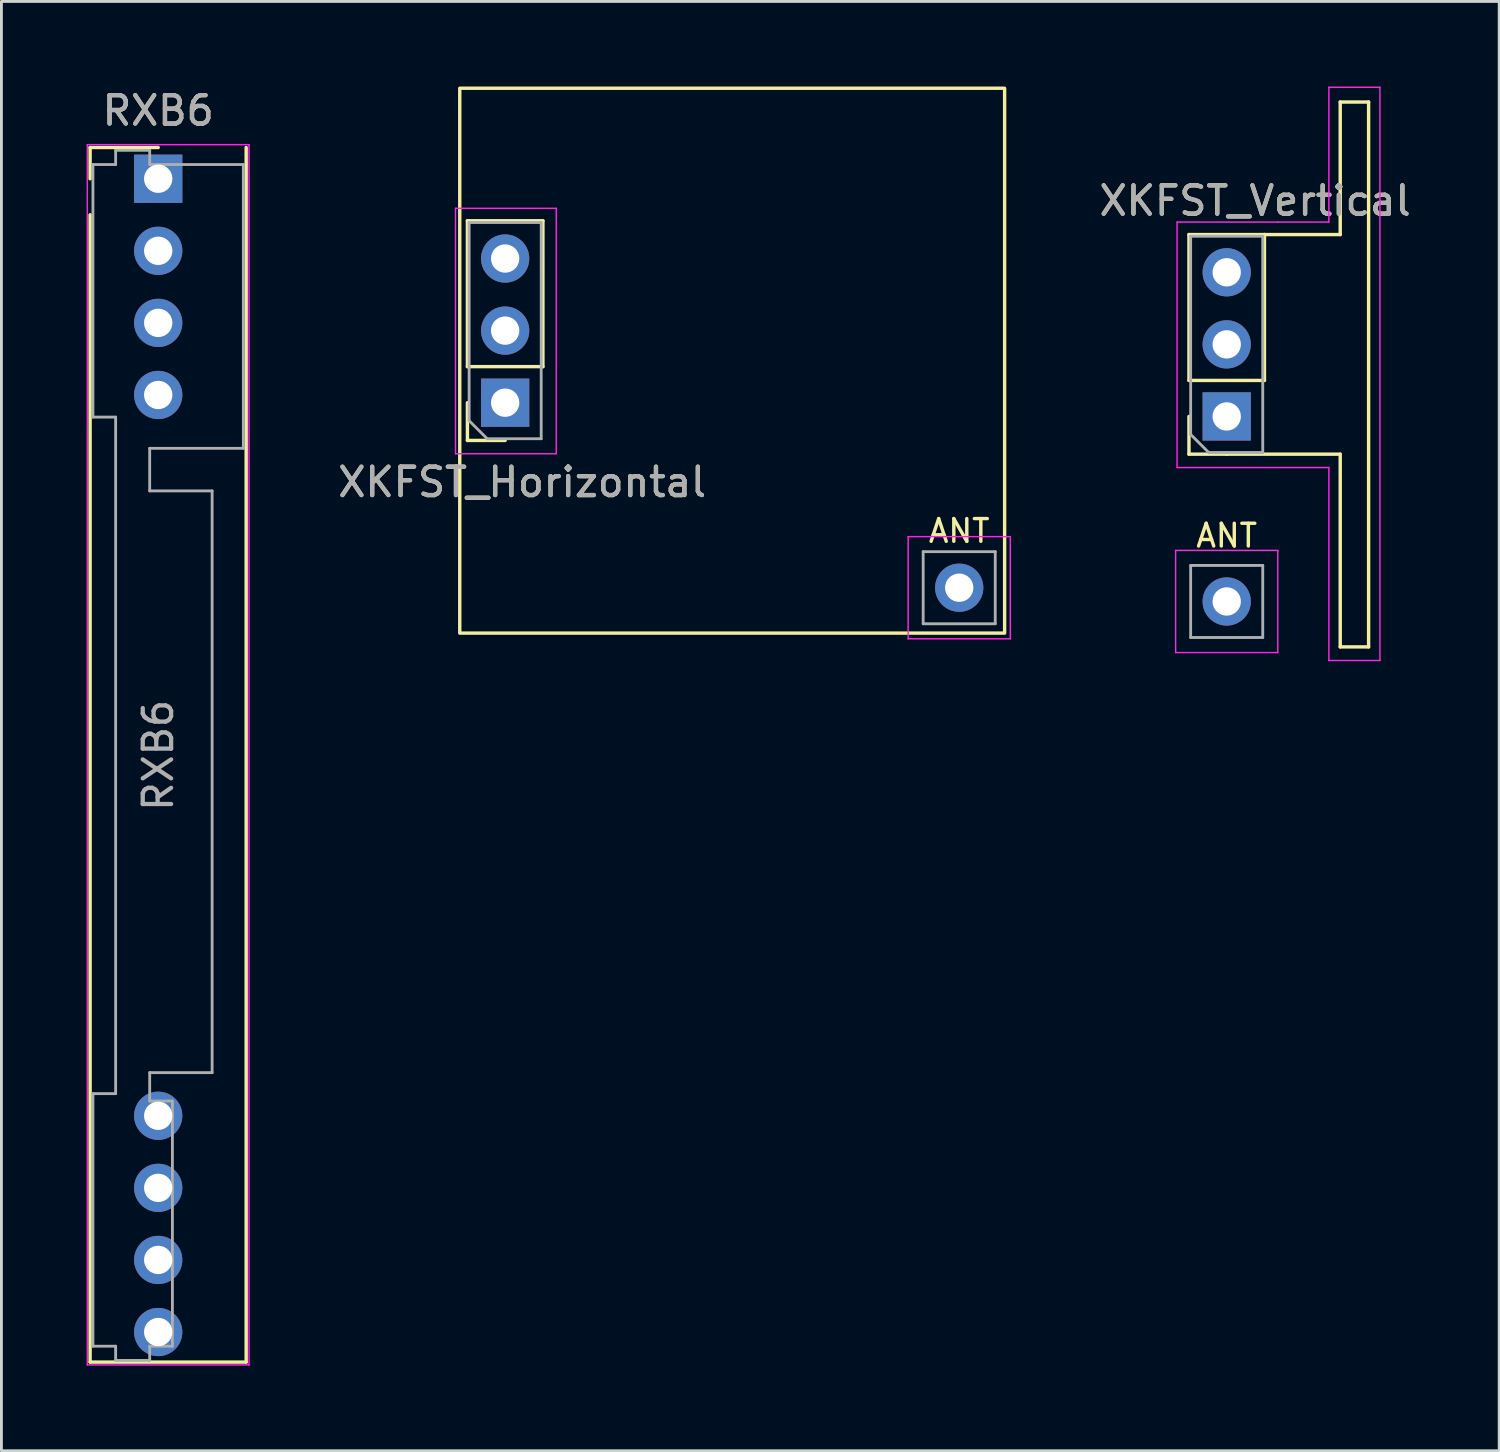
<source format=kicad_pcb>
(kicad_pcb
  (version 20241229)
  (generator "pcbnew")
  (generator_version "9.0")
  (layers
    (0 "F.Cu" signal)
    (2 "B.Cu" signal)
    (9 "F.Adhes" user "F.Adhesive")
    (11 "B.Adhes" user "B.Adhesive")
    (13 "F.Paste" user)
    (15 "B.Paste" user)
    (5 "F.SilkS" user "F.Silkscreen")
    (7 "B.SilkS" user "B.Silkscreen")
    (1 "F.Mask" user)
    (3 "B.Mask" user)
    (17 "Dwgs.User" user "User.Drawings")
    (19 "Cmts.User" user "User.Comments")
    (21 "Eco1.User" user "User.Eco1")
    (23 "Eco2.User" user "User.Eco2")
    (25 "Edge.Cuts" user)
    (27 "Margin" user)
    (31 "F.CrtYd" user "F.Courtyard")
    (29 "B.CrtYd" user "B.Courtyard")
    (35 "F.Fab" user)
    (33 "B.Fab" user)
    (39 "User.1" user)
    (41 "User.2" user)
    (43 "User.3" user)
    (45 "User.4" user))
  (footprint "RXB6"
    (layer "F.Cu")
    (at 2.525 3.248)
    (property "Reference" "RXB6" (at 0 -2.4 0) (unlocked yes) (layer "F.SilkS") (effects (font (size 1 1) (thickness 0.15))))
    (attr through_hole)
    (fp_line (start -2.4 -1.1) (end 0 -1.1) (stroke (width 0.12) (type solid)) (layer "F.SilkS"))
    (fp_line (start -2.4 0) (end -2.4 -1.1) (stroke (width 0.12) (type solid)) (layer "F.SilkS"))
    (fp_line (start -2.4 41.7) (end -2.4 1.27) (stroke (width 0.12) (type solid)) (layer "F.SilkS"))
    (fp_line (start -2.4 41.7) (end 3.1 41.7) (stroke (width 0.12) (type solid)) (layer "F.SilkS"))
    (fp_line (start 3.1 41.7) (end 3.1 -1.1) (stroke (width 0.12) (type solid)) (layer "F.SilkS"))
    (fp_line (start -2.5 -1.2) (end 3.2 -1.2) (stroke (width 0.05) (type solid)) (layer "F.CrtYd"))
    (fp_line (start -2.5 41.8) (end -2.5 -1.2) (stroke (width 0.05) (type solid)) (layer "F.CrtYd"))
    (fp_line (start -2.5 41.8) (end 3.2 41.8) (stroke (width 0.05) (type solid)) (layer "F.CrtYd"))
    (fp_line (start 3.2 -1.2) (end 3.2 41.8) (stroke (width 0.05) (type solid)) (layer "F.CrtYd"))
    (fp_line (start -2.3 -0.5) (end -2.3 8.4) (stroke (width 0.1) (type solid)) (layer "F.Fab"))
    (fp_line (start -2.3 8.4) (end -1.5 8.4) (stroke (width 0.1) (type solid)) (layer "F.Fab"))
    (fp_line (start -2.3 32.24) (end -1.5 32.24) (stroke (width 0.1) (type solid)) (layer "F.Fab"))
    (fp_line (start -2.3 41.14) (end -2.3 32.24) (stroke (width 0.1) (type solid)) (layer "F.Fab"))
    (fp_line (start -1.5 -1) (end -1.5 -0.5) (stroke (width 0.1) (type solid)) (layer "F.Fab"))
    (fp_line (start -1.5 -0.5) (end -2.3 -0.5) (stroke (width 0.1) (type solid)) (layer "F.Fab"))
    (fp_line (start -1.5 32.24) (end -1.5 8.4) (stroke (width 0.1) (type solid)) (layer "F.Fab"))
    (fp_line (start -1.5 41.14) (end -2.3 41.14) (stroke (width 0.1) (type solid)) (layer "F.Fab"))
    (fp_line (start -1.5 41.64) (end -1.5 41.14) (stroke (width 0.1) (type solid)) (layer "F.Fab"))
    (fp_line (start -1.5 41.64) (end -0.3 41.64) (stroke (width 0.1) (type solid)) (layer "F.Fab"))
    (fp_line (start -0.3 -1) (end -1.5 -1) (stroke (width 0.1) (type solid)) (layer "F.Fab"))
    (fp_line (start -0.3 -1) (end -0.3 -0.5) (stroke (width 0.1) (type solid)) (layer "F.Fab"))
    (fp_line (start -0.3 -0.5) (end 3 -0.5) (stroke (width 0.1) (type solid)) (layer "F.Fab"))
    (fp_line (start -0.3 9.5) (end -0.3 11) (stroke (width 0.1) (type solid)) (layer "F.Fab"))
    (fp_line (start -0.3 11) (end 1.9 11) (stroke (width 0.1) (type solid)) (layer "F.Fab"))
    (fp_line (start -0.3 31.5) (end -0.3 32.5) (stroke (width 0.1) (type solid)) (layer "F.Fab"))
    (fp_line (start -0.3 32.5) (end 0.5 32.5) (stroke (width 0.1) (type solid)) (layer "F.Fab"))
    (fp_line (start -0.3 41.14) (end -0.3 41.64) (stroke (width 0.1) (type solid)) (layer "F.Fab"))
    (fp_line (start 0.5 32.5) (end 0.5 41.14) (stroke (width 0.1) (type solid)) (layer "F.Fab"))
    (fp_line (start 0.5 41.14) (end -0.3 41.14) (stroke (width 0.1) (type solid)) (layer "F.Fab"))
    (fp_line (start 1.9 11) (end 1.9 31.5) (stroke (width 0.1) (type solid)) (layer "F.Fab"))
    (fp_line (start 1.9 31.5) (end -0.3 31.5) (stroke (width 0.1) (type solid)) (layer "F.Fab"))
    (fp_line (start 3 -0.5) (end 3 9.5) (stroke (width 0.1) (type solid)) (layer "F.Fab"))
    (fp_line (start 3 9.5) (end -0.3 9.5) (stroke (width 0.1) (type solid)) (layer "F.Fab"))
    (fp_text user "${REFERENCE}" (at 0 -2.4 0) (unlocked yes) (layer "F.Fab") (effects (font (size 1 1) (thickness 0.15))))
    (fp_text user "${REFERENCE}" (at 0 20.32 90) (layer "F.Fab") (effects (font (size 1 1) (thickness 0.15))))
    (pad "1" thru_hole rect (at 0 0) (size 1.7 1.7) (drill 1) (layers "*.Cu" "*.Mask"))
    (pad "2" thru_hole oval (at 0 2.54) (size 1.7 1.7) (drill 1) (layers "*.Cu" "*.Mask"))
    (pad "3" thru_hole oval (at 0 5.08) (size 1.7 1.7) (drill 1) (layers "*.Cu" "*.Mask"))
    (pad "4" thru_hole oval (at 0 7.62) (size 1.7 1.7) (drill 1) (layers "*.Cu" "*.Mask"))
    (pad "5" thru_hole oval (at 0 33.02) (size 1.7 1.7) (drill 1) (layers "*.Cu" "*.Mask"))
    (pad "6" thru_hole oval (at 0 35.56) (size 1.7 1.7) (drill 1) (layers "*.Cu" "*.Mask"))
    (pad "7" thru_hole oval (at 0 38.1) (size 1.7 1.7) (drill 1) (layers "*.Cu" "*.Mask"))
    (pad "8" thru_hole oval (at 0 40.64) (size 1.7 1.7) (drill 1) (layers "*.Cu" "*.Mask")))
  (footprint "XKFST_Vertical"
    (layer "F.Cu")
    (at 40.177 11.625)
    (property "Reference" "XKFST_Vertical" (at 1 -7.6 0) (unlocked yes) (layer "F.SilkS") (effects (font (size 1 1) (thickness 0.15))))
    (attr through_hole)
    (fp_line (start -1.33 -1.27) (end -1.33 -6.41) (stroke (width 0.12) (type solid)) (layer "F.SilkS"))
    (fp_line (start -1.33 1.33) (end -1.33 0) (stroke (width 0.12) (type solid)) (layer "F.SilkS"))
    (fp_line (start 0 1.33) (end -1.33 1.33) (stroke (width 0.12) (type solid)) (layer "F.SilkS"))
    (fp_line (start 0 1.33) (end 4 1.33) (stroke (width 0.12) (type solid)) (layer "F.SilkS"))
    (fp_line (start 1.33 -6.41) (end -1.33 -6.41) (stroke (width 0.12) (type solid)) (layer "F.SilkS"))
    (fp_line (start 1.33 -6.41) (end 4 -6.41) (stroke (width 0.12) (type solid)) (layer "F.SilkS"))
    (fp_line (start 1.33 -1.27) (end -1.33 -1.27) (stroke (width 0.12) (type solid)) (layer "F.SilkS"))
    (fp_line (start 1.33 -1.27) (end 1.33 -6.41) (stroke (width 0.12) (type solid)) (layer "F.SilkS"))
    (fp_line (start 4 -11.08) (end 5 -11.08) (stroke (width 0.12) (type solid)) (layer "F.SilkS"))
    (fp_line (start 4 -6.41) (end 4 -11.08) (stroke (width 0.12) (type solid)) (layer "F.SilkS"))
    (fp_line (start 4 1.33) (end 4 8.12) (stroke (width 0.12) (type solid)) (layer "F.SilkS"))
    (fp_line (start 4 8.12) (end 5 8.12) (stroke (width 0.12) (type solid)) (layer "F.SilkS"))
    (fp_line (start 5 -11.08) (end 5 8.12) (stroke (width 0.12) (type solid)) (layer "F.SilkS"))
    (fp_line (start -1.8 4.72) (end -1.8 8.32) (stroke (width 0.05) (type solid)) (layer "F.CrtYd"))
    (fp_line (start -1.8 8.32) (end 1.8 8.32) (stroke (width 0.05) (type solid)) (layer "F.CrtYd"))
    (fp_line (start -1.75 -6.85) (end 1.8 -6.85) (stroke (width 0.05) (type solid)) (layer "F.CrtYd"))
    (fp_line (start -1.75 1.8) (end -1.75 -6.85) (stroke (width 0.05) (type solid)) (layer "F.CrtYd"))
    (fp_line (start 1.8 -6.85) (end 3.6 -6.85) (stroke (width 0.05) (type solid)) (layer "F.CrtYd"))
    (fp_line (start 1.8 1.8) (end -1.75 1.8) (stroke (width 0.05) (type solid)) (layer "F.CrtYd"))
    (fp_line (start 1.8 4.72) (end -1.8 4.72) (stroke (width 0.05) (type solid)) (layer "F.CrtYd"))
    (fp_line (start 1.8 8.32) (end 1.8 4.72) (stroke (width 0.05) (type solid)) (layer "F.CrtYd"))
    (fp_line (start 3.6 -11.6) (end 5.4 -11.6) (stroke (width 0.05) (type solid)) (layer "F.CrtYd"))
    (fp_line (start 3.6 -6.85) (end 3.6 -11.6) (stroke (width 0.05) (type solid)) (layer "F.CrtYd"))
    (fp_line (start 3.6 1.8) (end 1.8 1.8) (stroke (width 0.05) (type solid)) (layer "F.CrtYd"))
    (fp_line (start 3.6 8.6) (end 3.6 1.8) (stroke (width 0.05) (type solid)) (layer "F.CrtYd"))
    (fp_line (start 5.4 -11.6) (end 5.4 8.6) (stroke (width 0.05) (type solid)) (layer "F.CrtYd"))
    (fp_line (start 5.4 8.6) (end 3.6 8.6) (stroke (width 0.05) (type solid)) (layer "F.CrtYd"))
    (fp_line (start -1.27 -6.35) (end 1.27 -6.35) (stroke (width 0.1) (type solid)) (layer "F.Fab"))
    (fp_line (start -1.27 0.635) (end -1.27 -6.35) (stroke (width 0.1) (type solid)) (layer "F.Fab"))
    (fp_line (start -1.27 5.25) (end 1.27 5.25) (stroke (width 0.1) (type solid)) (layer "F.Fab"))
    (fp_line (start -1.27 7.79) (end -1.27 5.25) (stroke (width 0.1) (type solid)) (layer "F.Fab"))
    (fp_line (start -0.635 1.27) (end -1.27 0.635) (stroke (width 0.1) (type solid)) (layer "F.Fab"))
    (fp_line (start 1.27 -6.35) (end 1.27 1.27) (stroke (width 0.1) (type solid)) (layer "F.Fab"))
    (fp_line (start 1.27 1.27) (end -0.635 1.27) (stroke (width 0.1) (type solid)) (layer "F.Fab"))
    (fp_line (start 1.27 5.25) (end 1.27 7.79) (stroke (width 0.1) (type solid)) (layer "F.Fab"))
    (fp_line (start 1.27 7.79) (end -1.27 7.79) (stroke (width 0.1) (type solid)) (layer "F.Fab"))
    (fp_text user "ANT" (at 0 4.2 0) (unlocked yes) (layer "F.SilkS") (effects (font (size 0.8 0.8) (thickness 0.12))))
    (fp_text user "${REFERENCE}" (at 1 -7.6 0) (unlocked yes) (layer "F.Fab") (effects (font (size 1 1) (thickness 0.15))))
    (pad "1" thru_hole rect (at 0 0 180) (size 1.7 1.7) (drill 1) (layers "*.Cu" "*.Mask"))
    (pad "2" thru_hole oval (at 0 -2.54 180) (size 1.7 1.7) (drill 1) (layers "*.Cu" "*.Mask"))
    (pad "3" thru_hole oval (at 0 -5.08 180) (size 1.7 1.7) (drill 1) (layers "*.Cu" "*.Mask"))
    (pad "4" thru_hole circle (at 0 6.52) (size 1.7 1.7) (drill 1) (layers "*.Cu" "*.Mask")))
  (footprint "XKFST_Horizontal"
    (layer "F.Cu")
    (at 14.751 11.14)
    (property "Reference" "XKFST_Horizontal" (at 0.6 2.8 0) (unlocked yes) (layer "F.SilkS") (effects (font (size 1 1) (thickness 0.15))))
    (attr through_hole)
    (fp_line (start -1.33 -1.27) (end -1.33 -6.41) (stroke (width 0.12) (type solid)) (layer "F.SilkS"))
    (fp_line (start -1.33 1.33) (end -1.33 0) (stroke (width 0.12) (type solid)) (layer "F.SilkS"))
    (fp_line (start 0 1.33) (end -1.33 1.33) (stroke (width 0.12) (type solid)) (layer "F.SilkS"))
    (fp_line (start 1.33 -6.41) (end -1.33 -6.41) (stroke (width 0.12) (type solid)) (layer "F.SilkS"))
    (fp_line (start 1.33 -1.27) (end -1.33 -1.27) (stroke (width 0.12) (type solid)) (layer "F.SilkS"))
    (fp_line (start 1.33 -1.27) (end 1.33 -6.41) (stroke (width 0.12) (type solid)) (layer "F.SilkS"))
    (fp_rect (start -1.6 -11.08) (end 17.6 8.12) (stroke (width 0.12) (type solid)) (fill no) (layer "F.SilkS"))
    (fp_line (start -1.75 -6.85) (end 1.8 -6.85) (stroke (width 0.05) (type solid)) (layer "F.CrtYd"))
    (fp_line (start -1.75 1.8) (end -1.75 -6.85) (stroke (width 0.05) (type solid)) (layer "F.CrtYd"))
    (fp_line (start 1.8 -6.85) (end 1.8 1.8) (stroke (width 0.05) (type solid)) (layer "F.CrtYd"))
    (fp_line (start 1.8 1.8) (end -1.75 1.8) (stroke (width 0.05) (type solid)) (layer "F.CrtYd"))
    (fp_line (start 14.2 4.72) (end 14.2 8.32) (stroke (width 0.05) (type solid)) (layer "F.CrtYd"))
    (fp_line (start 14.2 8.32) (end 17.8 8.32) (stroke (width 0.05) (type solid)) (layer "F.CrtYd"))
    (fp_line (start 17.8 4.72) (end 14.2 4.72) (stroke (width 0.05) (type solid)) (layer "F.CrtYd"))
    (fp_line (start 17.8 8.32) (end 17.8 4.72) (stroke (width 0.05) (type solid)) (layer "F.CrtYd"))
    (fp_line (start -1.27 -6.35) (end 1.27 -6.35) (stroke (width 0.1) (type solid)) (layer "F.Fab"))
    (fp_line (start -1.27 0.635) (end -1.27 -6.35) (stroke (width 0.1) (type solid)) (layer "F.Fab"))
    (fp_line (start -0.635 1.27) (end -1.27 0.635) (stroke (width 0.1) (type solid)) (layer "F.Fab"))
    (fp_line (start 1.27 -6.35) (end 1.27 1.27) (stroke (width 0.1) (type solid)) (layer "F.Fab"))
    (fp_line (start 1.27 1.27) (end -0.635 1.27) (stroke (width 0.1) (type solid)) (layer "F.Fab"))
    (fp_line (start 14.73 5.25) (end 17.27 5.25) (stroke (width 0.1) (type solid)) (layer "F.Fab"))
    (fp_line (start 14.73 7.79) (end 14.73 5.25) (stroke (width 0.1) (type solid)) (layer "F.Fab"))
    (fp_line (start 17.27 5.25) (end 17.27 7.79) (stroke (width 0.1) (type solid)) (layer "F.Fab"))
    (fp_line (start 17.27 7.79) (end 14.73 7.79) (stroke (width 0.1) (type solid)) (layer "F.Fab"))
    (fp_text user "ANT" (at 16 4.52 0) (unlocked yes) (layer "F.SilkS") (effects (font (size 0.8 0.8) (thickness 0.12))))
    (fp_text user "${REFERENCE}" (at 0.6 2.8 0) (unlocked yes) (layer "F.Fab") (effects (font (size 1 1) (thickness 0.15))))
    (pad "1" thru_hole rect (at 0 0 180) (size 1.7 1.7) (drill 1) (layers "*.Cu" "*.Mask"))
    (pad "2" thru_hole oval (at 0 -2.54 180) (size 1.7 1.7) (drill 1) (layers "*.Cu" "*.Mask"))
    (pad "3" thru_hole oval (at 0 -5.08 180) (size 1.7 1.7) (drill 1) (layers "*.Cu" "*.Mask"))
    (pad "4" thru_hole circle (at 16 6.52) (size 1.7 1.7) (drill 1) (layers "*.Cu" "*.Mask")))
  (gr_rect
    (start -3 -3)
    (end 49.779 48.073)
    (stroke (width 0.1) (type default))
    (fill no)
    (layer "Edge.Cuts")))
</source>
